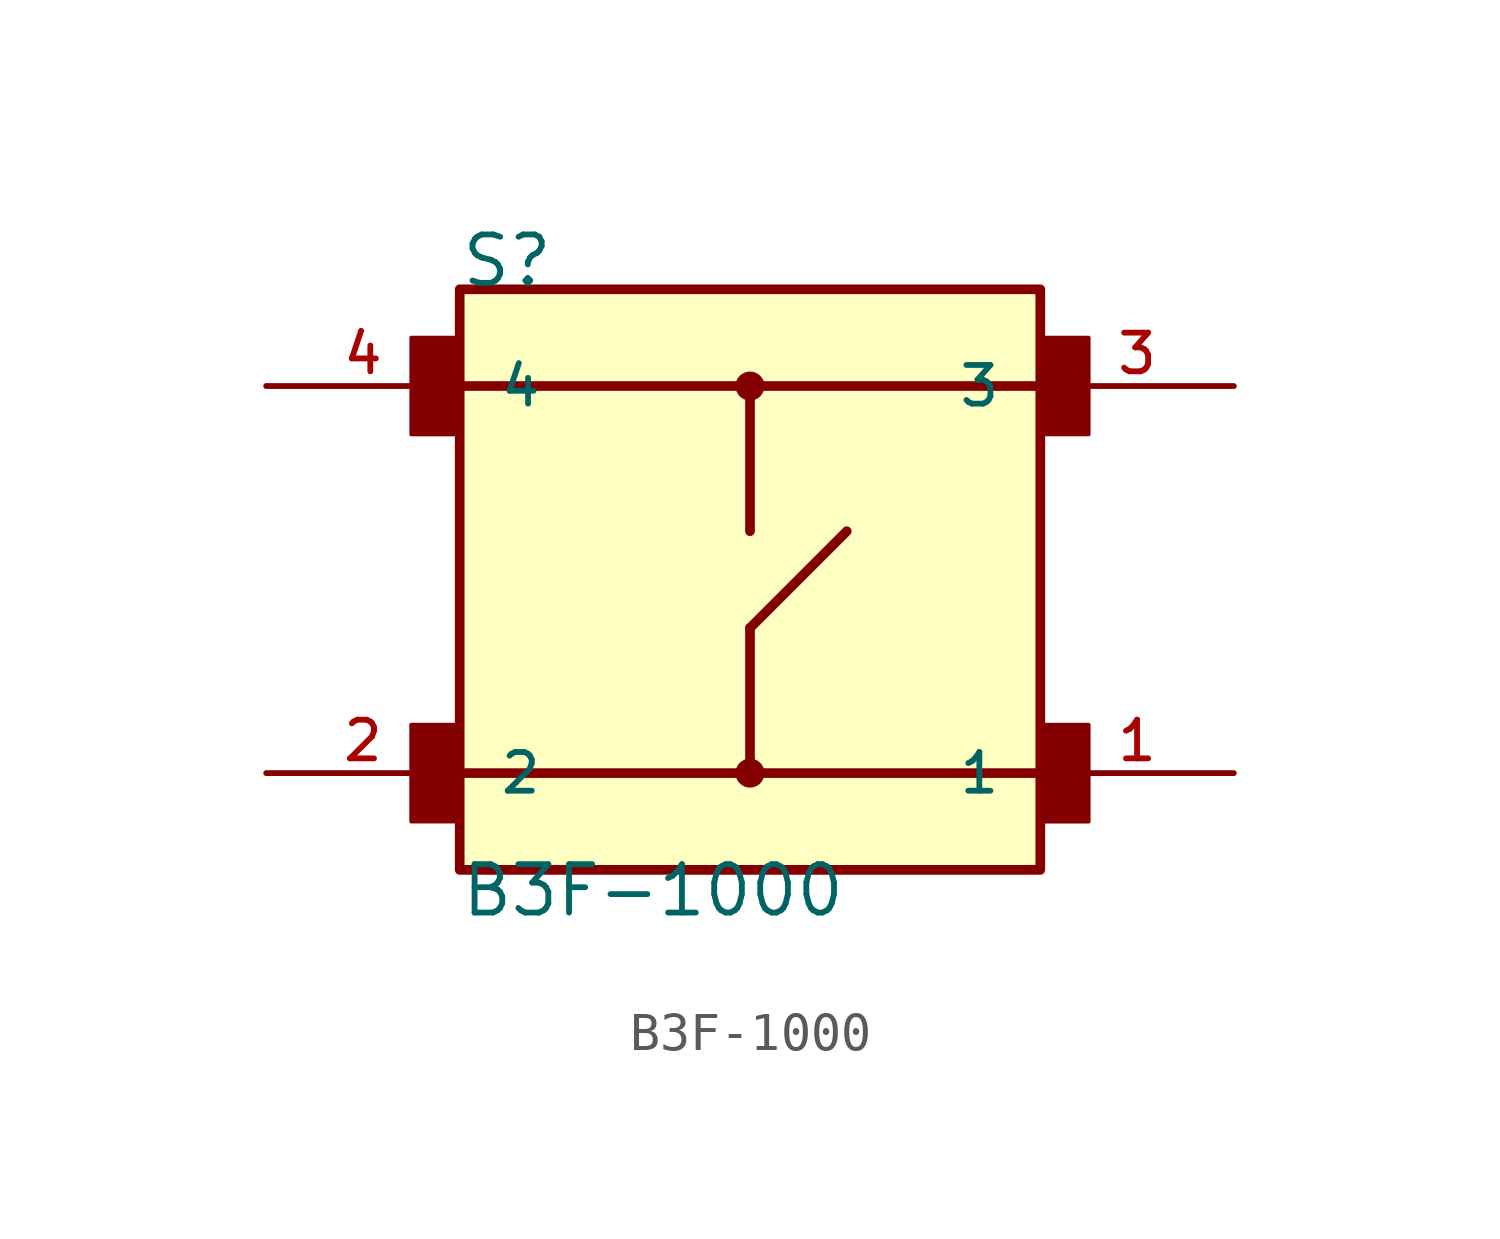
<source format=kicad_sym>
(kicad_symbol_lib
  (version 20211014)
  (generator kicad_symbol_editor)
  (symbol "B3F-1000"
    (pin_names
      (offset 1.016))
    (property "Reference" "S"
      (at -7.626 7.626 0)
      (effects (font (size 1.27 1.27)) (justify bottom left)))
    (property "Value" "B3F-1000"
      (at -7.632 -8.904 0)
      (effects (font (size 1.27 1.27)) (justify bottom left)))
    (symbol "B3F-1000_0_0"
      (polyline (pts (xy -7.62 5.08) (xy 0.0 5.08)) (stroke (width 0.254)))
      (polyline (pts (xy 0.0 5.08) (xy 7.62 5.08)) (stroke (width 0.254)))
      (polyline (pts (xy -7.62 -5.08) (xy 0.0 -5.08)) (stroke (width 0.254)))
      (polyline (pts (xy 0.0 -5.08) (xy 7.62 -5.08)) (stroke (width 0.254)))
      (polyline (pts (xy 0.0 5.08) (xy 0.0 1.27)) (stroke (width 0.254)))
      (polyline (pts (xy 0.0 -5.08) (xy 0.0 -1.27)) (stroke (width 0.254)))
      (polyline (pts (xy 0.0 -1.27) (xy 2.54 1.27)) (stroke (width 0.254)))
      (circle (center 0.0 5.08) (radius 0.254) (stroke (width 0.254)) (fill (type none)))
      (circle (center 0.0 -5.08) (radius 0.254) (stroke (width 0.254)) (fill (type none)))
      (rectangle (start -8.891 3.811) (end -7.62 6.35) (stroke (width 0.1)) (fill (type outline)))
      (rectangle (start 7.624 3.812) (end 8.89 6.35) (stroke (width 0.1)) (fill (type outline)))
      (rectangle (start 7.624 -6.353) (end 8.89 -3.81) (stroke (width 0.1)) (fill (type outline)))
      (rectangle (start -8.893 -6.352) (end -7.62 -3.81) (stroke (width 0.1)) (fill (type outline)))
      (rectangle (start -7.62 -7.62) (end 7.62 7.62) (stroke (width 0.254)) (fill (type background)))
      (pin passive line (at 12.7 -5.08 180.0) (length 5.08) (name "1" (effects (font (size 1.016 1.016)))) (number "1" (effects (font (size 1.016 1.016)))))
      (pin passive line (at -12.7 -5.08 0) (length 5.08) (name "2" (effects (font (size 1.016 1.016)))) (number "2" (effects (font (size 1.016 1.016)))))
      (pin passive line (at 12.7 5.08 180.0) (length 5.08) (name "3" (effects (font (size 1.016 1.016)))) (number "3" (effects (font (size 1.016 1.016)))))
      (pin passive line (at -12.7 5.08 0) (length 5.08) (name "4" (effects (font (size 1.016 1.016)))) (number "4" (effects (font (size 1.016 1.016))))))))
</source>
